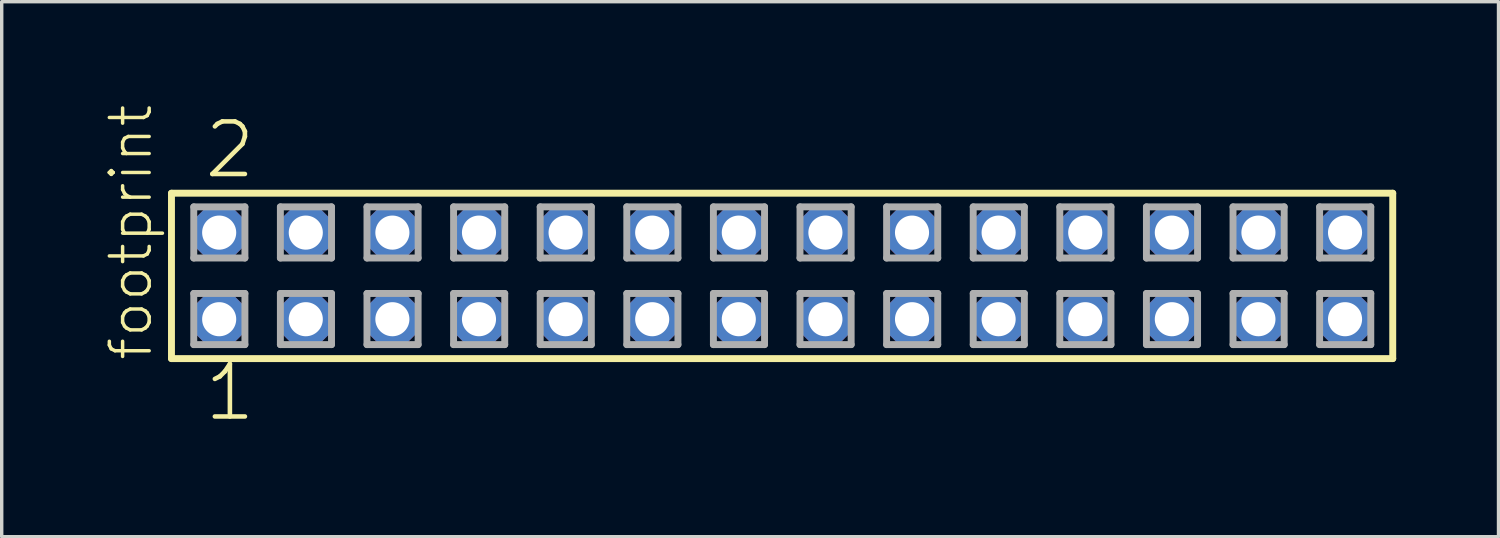
<source format=kicad_pcb>
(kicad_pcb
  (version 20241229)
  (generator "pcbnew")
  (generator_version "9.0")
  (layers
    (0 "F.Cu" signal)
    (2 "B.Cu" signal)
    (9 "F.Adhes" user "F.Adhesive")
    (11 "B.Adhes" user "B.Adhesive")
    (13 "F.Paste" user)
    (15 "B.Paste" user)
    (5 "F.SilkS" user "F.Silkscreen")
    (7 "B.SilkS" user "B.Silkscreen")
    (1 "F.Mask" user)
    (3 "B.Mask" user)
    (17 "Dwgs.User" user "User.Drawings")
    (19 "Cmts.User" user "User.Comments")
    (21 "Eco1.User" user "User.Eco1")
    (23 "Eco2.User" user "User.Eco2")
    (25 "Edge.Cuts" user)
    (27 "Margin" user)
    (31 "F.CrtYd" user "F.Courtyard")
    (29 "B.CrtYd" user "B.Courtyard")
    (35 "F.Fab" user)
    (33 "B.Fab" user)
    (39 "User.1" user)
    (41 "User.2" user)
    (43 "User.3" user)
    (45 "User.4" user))
  (footprint "footprint"
    (layer "F.Cu")
    (at 19.888 5.042)
    (property "Reference" "footprint" (at -18.415 2.54 90) (layer "F.SilkS") (effects (font (size 1.168 1.168) (thickness 0.102)) (justify left bottom)))
    (fp_line (start -17.909 -2.425) (end 17.909 -2.425) (stroke (width 0.203) (type solid)) (layer "F.SilkS"))
    (fp_line (start -17.909 2.425) (end -17.909 -2.425) (stroke (width 0.203) (type solid)) (layer "F.SilkS"))
    (fp_line (start 17.909 -2.425) (end 17.909 2.425) (stroke (width 0.203) (type solid)) (layer "F.SilkS"))
    (fp_line (start 17.909 2.425) (end -17.909 2.425) (stroke (width 0.203) (type solid)) (layer "F.SilkS"))
    (fp_line (start -17.255 -2.025) (end -15.755 -2.025) (stroke (width 0.203) (type solid)) (layer "F.Fab"))
    (fp_line (start -17.255 -0.525) (end -17.255 -2.025) (stroke (width 0.203) (type solid)) (layer "F.Fab"))
    (fp_line (start -17.255 0.515) (end -15.755 0.515) (stroke (width 0.203) (type solid)) (layer "F.Fab"))
    (fp_line (start -17.255 2.015) (end -17.255 0.515) (stroke (width 0.203) (type solid)) (layer "F.Fab"))
    (fp_line (start -15.755 -2.025) (end -15.755 -0.525) (stroke (width 0.203) (type solid)) (layer "F.Fab"))
    (fp_line (start -15.755 -0.525) (end -17.255 -0.525) (stroke (width 0.203) (type solid)) (layer "F.Fab"))
    (fp_line (start -15.755 0.515) (end -15.755 2.015) (stroke (width 0.203) (type solid)) (layer "F.Fab"))
    (fp_line (start -15.755 2.015) (end -17.255 2.015) (stroke (width 0.203) (type solid)) (layer "F.Fab"))
    (fp_line (start -14.715 -2.025) (end -13.215 -2.025) (stroke (width 0.203) (type solid)) (layer "F.Fab"))
    (fp_line (start -14.715 -0.525) (end -14.715 -2.025) (stroke (width 0.203) (type solid)) (layer "F.Fab"))
    (fp_line (start -14.715 0.515) (end -13.215 0.515) (stroke (width 0.203) (type solid)) (layer "F.Fab"))
    (fp_line (start -14.715 2.015) (end -14.715 0.515) (stroke (width 0.203) (type solid)) (layer "F.Fab"))
    (fp_line (start -13.215 -2.025) (end -13.215 -0.525) (stroke (width 0.203) (type solid)) (layer "F.Fab"))
    (fp_line (start -13.215 -0.525) (end -14.715 -0.525) (stroke (width 0.203) (type solid)) (layer "F.Fab"))
    (fp_line (start -13.215 0.515) (end -13.215 2.015) (stroke (width 0.203) (type solid)) (layer "F.Fab"))
    (fp_line (start -13.215 2.015) (end -14.715 2.015) (stroke (width 0.203) (type solid)) (layer "F.Fab"))
    (fp_line (start -12.175 -2.025) (end -10.675 -2.025) (stroke (width 0.203) (type solid)) (layer "F.Fab"))
    (fp_line (start -12.175 -0.525) (end -12.175 -2.025) (stroke (width 0.203) (type solid)) (layer "F.Fab"))
    (fp_line (start -12.175 0.515) (end -10.675 0.515) (stroke (width 0.203) (type solid)) (layer "F.Fab"))
    (fp_line (start -12.175 2.015) (end -12.175 0.515) (stroke (width 0.203) (type solid)) (layer "F.Fab"))
    (fp_line (start -10.675 -2.025) (end -10.675 -0.525) (stroke (width 0.203) (type solid)) (layer "F.Fab"))
    (fp_line (start -10.675 -0.525) (end -12.175 -0.525) (stroke (width 0.203) (type solid)) (layer "F.Fab"))
    (fp_line (start -10.675 0.515) (end -10.675 2.015) (stroke (width 0.203) (type solid)) (layer "F.Fab"))
    (fp_line (start -10.675 2.015) (end -12.175 2.015) (stroke (width 0.203) (type solid)) (layer "F.Fab"))
    (fp_line (start -9.635 -2.025) (end -8.135 -2.025) (stroke (width 0.203) (type solid)) (layer "F.Fab"))
    (fp_line (start -9.635 -0.525) (end -9.635 -2.025) (stroke (width 0.203) (type solid)) (layer "F.Fab"))
    (fp_line (start -9.635 0.515) (end -8.135 0.515) (stroke (width 0.203) (type solid)) (layer "F.Fab"))
    (fp_line (start -9.635 2.015) (end -9.635 0.515) (stroke (width 0.203) (type solid)) (layer "F.Fab"))
    (fp_line (start -8.135 -2.025) (end -8.135 -0.525) (stroke (width 0.203) (type solid)) (layer "F.Fab"))
    (fp_line (start -8.135 -0.525) (end -9.635 -0.525) (stroke (width 0.203) (type solid)) (layer "F.Fab"))
    (fp_line (start -8.135 0.515) (end -8.135 2.015) (stroke (width 0.203) (type solid)) (layer "F.Fab"))
    (fp_line (start -8.135 2.015) (end -9.635 2.015) (stroke (width 0.203) (type solid)) (layer "F.Fab"))
    (fp_line (start -7.095 -2.025) (end -5.595 -2.025) (stroke (width 0.203) (type solid)) (layer "F.Fab"))
    (fp_line (start -7.095 -0.525) (end -7.095 -2.025) (stroke (width 0.203) (type solid)) (layer "F.Fab"))
    (fp_line (start -7.095 0.515) (end -5.595 0.515) (stroke (width 0.203) (type solid)) (layer "F.Fab"))
    (fp_line (start -7.095 2.015) (end -7.095 0.515) (stroke (width 0.203) (type solid)) (layer "F.Fab"))
    (fp_line (start -5.595 -2.025) (end -5.595 -0.525) (stroke (width 0.203) (type solid)) (layer "F.Fab"))
    (fp_line (start -5.595 -0.525) (end -7.095 -0.525) (stroke (width 0.203) (type solid)) (layer "F.Fab"))
    (fp_line (start -5.595 0.515) (end -5.595 2.015) (stroke (width 0.203) (type solid)) (layer "F.Fab"))
    (fp_line (start -5.595 2.015) (end -7.095 2.015) (stroke (width 0.203) (type solid)) (layer "F.Fab"))
    (fp_line (start -4.555 -2.025) (end -3.055 -2.025) (stroke (width 0.203) (type solid)) (layer "F.Fab"))
    (fp_line (start -4.555 -0.525) (end -4.555 -2.025) (stroke (width 0.203) (type solid)) (layer "F.Fab"))
    (fp_line (start -4.555 0.515) (end -3.055 0.515) (stroke (width 0.203) (type solid)) (layer "F.Fab"))
    (fp_line (start -4.555 2.015) (end -4.555 0.515) (stroke (width 0.203) (type solid)) (layer "F.Fab"))
    (fp_line (start -3.055 -2.025) (end -3.055 -0.525) (stroke (width 0.203) (type solid)) (layer "F.Fab"))
    (fp_line (start -3.055 -0.525) (end -4.555 -0.525) (stroke (width 0.203) (type solid)) (layer "F.Fab"))
    (fp_line (start -3.055 0.515) (end -3.055 2.015) (stroke (width 0.203) (type solid)) (layer "F.Fab"))
    (fp_line (start -3.055 2.015) (end -4.555 2.015) (stroke (width 0.203) (type solid)) (layer "F.Fab"))
    (fp_line (start -2.015 -2.025) (end -0.515 -2.025) (stroke (width 0.203) (type solid)) (layer "F.Fab"))
    (fp_line (start -2.015 -0.525) (end -2.015 -2.025) (stroke (width 0.203) (type solid)) (layer "F.Fab"))
    (fp_line (start -2.015 0.515) (end -0.515 0.515) (stroke (width 0.203) (type solid)) (layer "F.Fab"))
    (fp_line (start -2.015 2.015) (end -2.015 0.515) (stroke (width 0.203) (type solid)) (layer "F.Fab"))
    (fp_line (start -0.515 -2.025) (end -0.515 -0.525) (stroke (width 0.203) (type solid)) (layer "F.Fab"))
    (fp_line (start -0.515 -0.525) (end -2.015 -0.525) (stroke (width 0.203) (type solid)) (layer "F.Fab"))
    (fp_line (start -0.515 0.515) (end -0.515 2.015) (stroke (width 0.203) (type solid)) (layer "F.Fab"))
    (fp_line (start -0.515 2.015) (end -2.015 2.015) (stroke (width 0.203) (type solid)) (layer "F.Fab"))
    (fp_line (start 0.525 -2.025) (end 2.025 -2.025) (stroke (width 0.203) (type solid)) (layer "F.Fab"))
    (fp_line (start 0.525 -0.525) (end 0.525 -2.025) (stroke (width 0.203) (type solid)) (layer "F.Fab"))
    (fp_line (start 0.525 0.515) (end 2.025 0.515) (stroke (width 0.203) (type solid)) (layer "F.Fab"))
    (fp_line (start 0.525 2.015) (end 0.525 0.515) (stroke (width 0.203) (type solid)) (layer "F.Fab"))
    (fp_line (start 2.025 -2.025) (end 2.025 -0.525) (stroke (width 0.203) (type solid)) (layer "F.Fab"))
    (fp_line (start 2.025 -0.525) (end 0.525 -0.525) (stroke (width 0.203) (type solid)) (layer "F.Fab"))
    (fp_line (start 2.025 0.515) (end 2.025 2.015) (stroke (width 0.203) (type solid)) (layer "F.Fab"))
    (fp_line (start 2.025 2.015) (end 0.525 2.015) (stroke (width 0.203) (type solid)) (layer "F.Fab"))
    (fp_line (start 3.065 -2.025) (end 4.565 -2.025) (stroke (width 0.203) (type solid)) (layer "F.Fab"))
    (fp_line (start 3.065 -0.525) (end 3.065 -2.025) (stroke (width 0.203) (type solid)) (layer "F.Fab"))
    (fp_line (start 3.065 0.515) (end 4.565 0.515) (stroke (width 0.203) (type solid)) (layer "F.Fab"))
    (fp_line (start 3.065 2.015) (end 3.065 0.515) (stroke (width 0.203) (type solid)) (layer "F.Fab"))
    (fp_line (start 4.565 -2.025) (end 4.565 -0.525) (stroke (width 0.203) (type solid)) (layer "F.Fab"))
    (fp_line (start 4.565 -0.525) (end 3.065 -0.525) (stroke (width 0.203) (type solid)) (layer "F.Fab"))
    (fp_line (start 4.565 0.515) (end 4.565 2.015) (stroke (width 0.203) (type solid)) (layer "F.Fab"))
    (fp_line (start 4.565 2.015) (end 3.065 2.015) (stroke (width 0.203) (type solid)) (layer "F.Fab"))
    (fp_line (start 5.605 -2.025) (end 7.105 -2.025) (stroke (width 0.203) (type solid)) (layer "F.Fab"))
    (fp_line (start 5.605 -0.525) (end 5.605 -2.025) (stroke (width 0.203) (type solid)) (layer "F.Fab"))
    (fp_line (start 5.605 0.515) (end 7.105 0.515) (stroke (width 0.203) (type solid)) (layer "F.Fab"))
    (fp_line (start 5.605 2.015) (end 5.605 0.515) (stroke (width 0.203) (type solid)) (layer "F.Fab"))
    (fp_line (start 7.105 -2.025) (end 7.105 -0.525) (stroke (width 0.203) (type solid)) (layer "F.Fab"))
    (fp_line (start 7.105 -0.525) (end 5.605 -0.525) (stroke (width 0.203) (type solid)) (layer "F.Fab"))
    (fp_line (start 7.105 0.515) (end 7.105 2.015) (stroke (width 0.203) (type solid)) (layer "F.Fab"))
    (fp_line (start 7.105 2.015) (end 5.605 2.015) (stroke (width 0.203) (type solid)) (layer "F.Fab"))
    (fp_line (start 8.145 -2.025) (end 9.645 -2.025) (stroke (width 0.203) (type solid)) (layer "F.Fab"))
    (fp_line (start 8.145 -0.525) (end 8.145 -2.025) (stroke (width 0.203) (type solid)) (layer "F.Fab"))
    (fp_line (start 8.145 0.515) (end 9.645 0.515) (stroke (width 0.203) (type solid)) (layer "F.Fab"))
    (fp_line (start 8.145 2.015) (end 8.145 0.515) (stroke (width 0.203) (type solid)) (layer "F.Fab"))
    (fp_line (start 9.645 -2.025) (end 9.645 -0.525) (stroke (width 0.203) (type solid)) (layer "F.Fab"))
    (fp_line (start 9.645 -0.525) (end 8.145 -0.525) (stroke (width 0.203) (type solid)) (layer "F.Fab"))
    (fp_line (start 9.645 0.515) (end 9.645 2.015) (stroke (width 0.203) (type solid)) (layer "F.Fab"))
    (fp_line (start 9.645 2.015) (end 8.145 2.015) (stroke (width 0.203) (type solid)) (layer "F.Fab"))
    (fp_line (start 10.685 -2.025) (end 12.185 -2.025) (stroke (width 0.203) (type solid)) (layer "F.Fab"))
    (fp_line (start 10.685 -0.525) (end 10.685 -2.025) (stroke (width 0.203) (type solid)) (layer "F.Fab"))
    (fp_line (start 10.685 0.515) (end 12.185 0.515) (stroke (width 0.203) (type solid)) (layer "F.Fab"))
    (fp_line (start 10.685 2.015) (end 10.685 0.515) (stroke (width 0.203) (type solid)) (layer "F.Fab"))
    (fp_line (start 12.185 -2.025) (end 12.185 -0.525) (stroke (width 0.203) (type solid)) (layer "F.Fab"))
    (fp_line (start 12.185 -0.525) (end 10.685 -0.525) (stroke (width 0.203) (type solid)) (layer "F.Fab"))
    (fp_line (start 12.185 0.515) (end 12.185 2.015) (stroke (width 0.203) (type solid)) (layer "F.Fab"))
    (fp_line (start 12.185 2.015) (end 10.685 2.015) (stroke (width 0.203) (type solid)) (layer "F.Fab"))
    (fp_line (start 13.225 -2.025) (end 14.725 -2.025) (stroke (width 0.203) (type solid)) (layer "F.Fab"))
    (fp_line (start 13.225 -0.525) (end 13.225 -2.025) (stroke (width 0.203) (type solid)) (layer "F.Fab"))
    (fp_line (start 13.225 0.515) (end 14.725 0.515) (stroke (width 0.203) (type solid)) (layer "F.Fab"))
    (fp_line (start 13.225 2.015) (end 13.225 0.515) (stroke (width 0.203) (type solid)) (layer "F.Fab"))
    (fp_line (start 14.725 -2.025) (end 14.725 -0.525) (stroke (width 0.203) (type solid)) (layer "F.Fab"))
    (fp_line (start 14.725 -0.525) (end 13.225 -0.525) (stroke (width 0.203) (type solid)) (layer "F.Fab"))
    (fp_line (start 14.725 0.515) (end 14.725 2.015) (stroke (width 0.203) (type solid)) (layer "F.Fab"))
    (fp_line (start 14.725 2.015) (end 13.225 2.015) (stroke (width 0.203) (type solid)) (layer "F.Fab"))
    (fp_line (start 15.765 -2.025) (end 17.265 -2.025) (stroke (width 0.203) (type solid)) (layer "F.Fab"))
    (fp_line (start 15.765 -0.525) (end 15.765 -2.025) (stroke (width 0.203) (type solid)) (layer "F.Fab"))
    (fp_line (start 15.765 0.515) (end 17.265 0.515) (stroke (width 0.203) (type solid)) (layer "F.Fab"))
    (fp_line (start 15.765 2.015) (end 15.765 0.515) (stroke (width 0.203) (type solid)) (layer "F.Fab"))
    (fp_line (start 17.265 -2.025) (end 17.265 -0.525) (stroke (width 0.203) (type solid)) (layer "F.Fab"))
    (fp_line (start 17.265 -0.525) (end 15.765 -0.525) (stroke (width 0.203) (type solid)) (layer "F.Fab"))
    (fp_line (start 17.265 0.515) (end 17.265 2.015) (stroke (width 0.203) (type solid)) (layer "F.Fab"))
    (fp_line (start 17.265 2.015) (end 15.765 2.015) (stroke (width 0.203) (type solid)) (layer "F.Fab"))
    (fp_text user "1" (at -17.018 4.318 0) (layer "F.SilkS") (effects (font (size 1.542 1.542) (thickness 0.134)) (justify left bottom)))
    (fp_text user "2" (at -17.018 -2.794 0) (layer "F.SilkS") (effects (font (size 1.542 1.542) (thickness 0.134)) (justify left bottom)))
    (pad "1" thru_hole roundrect (at -16.51 1.27) (size 1.5 1.5) (drill 1) (layers "*.Cu" "*.Mask") (roundrect_rratio 0.25) (chamfer_ratio 0.25) (chamfer top_left top_right bottom_left bottom_right))
    (pad "2" thru_hole roundrect (at -16.51 -1.27) (size 1.5 1.5) (drill 1) (layers "*.Cu" "*.Mask") (roundrect_rratio 0.25) (chamfer_ratio 0.25) (chamfer top_left top_right bottom_left bottom_right))
    (pad "3" thru_hole roundrect (at -13.97 1.27) (size 1.5 1.5) (drill 1) (layers "*.Cu" "*.Mask") (roundrect_rratio 0.25) (chamfer_ratio 0.25) (chamfer top_left top_right bottom_left bottom_right))
    (pad "4" thru_hole roundrect (at -13.97 -1.27) (size 1.5 1.5) (drill 1) (layers "*.Cu" "*.Mask") (roundrect_rratio 0.25) (chamfer_ratio 0.25) (chamfer top_left top_right bottom_left bottom_right))
    (pad "5" thru_hole roundrect (at -11.43 1.27) (size 1.5 1.5) (drill 1) (layers "*.Cu" "*.Mask") (roundrect_rratio 0.25) (chamfer_ratio 0.25) (chamfer top_left top_right bottom_left bottom_right))
    (pad "6" thru_hole roundrect (at -11.43 -1.27) (size 1.5 1.5) (drill 1) (layers "*.Cu" "*.Mask") (roundrect_rratio 0.25) (chamfer_ratio 0.25) (chamfer top_left top_right bottom_left bottom_right))
    (pad "7" thru_hole roundrect (at -8.89 1.27) (size 1.5 1.5) (drill 1) (layers "*.Cu" "*.Mask") (roundrect_rratio 0.25) (chamfer_ratio 0.25) (chamfer top_left top_right bottom_left bottom_right))
    (pad "8" thru_hole roundrect (at -8.89 -1.27) (size 1.5 1.5) (drill 1) (layers "*.Cu" "*.Mask") (roundrect_rratio 0.25) (chamfer_ratio 0.25) (chamfer top_left top_right bottom_left bottom_right))
    (pad "9" thru_hole roundrect (at -6.35 1.27) (size 1.5 1.5) (drill 1) (layers "*.Cu" "*.Mask") (roundrect_rratio 0.25) (chamfer_ratio 0.25) (chamfer top_left top_right bottom_left bottom_right))
    (pad "10" thru_hole roundrect (at -6.35 -1.27) (size 1.5 1.5) (drill 1) (layers "*.Cu" "*.Mask") (roundrect_rratio 0.25) (chamfer_ratio 0.25) (chamfer top_left top_right bottom_left bottom_right))
    (pad "11" thru_hole roundrect (at -3.81 1.27) (size 1.5 1.5) (drill 1) (layers "*.Cu" "*.Mask") (roundrect_rratio 0.25) (chamfer_ratio 0.25) (chamfer top_left top_right bottom_left bottom_right))
    (pad "12" thru_hole roundrect (at -3.81 -1.27) (size 1.5 1.5) (drill 1) (layers "*.Cu" "*.Mask") (roundrect_rratio 0.25) (chamfer_ratio 0.25) (chamfer top_left top_right bottom_left bottom_right))
    (pad "13" thru_hole roundrect (at -1.27 1.27) (size 1.5 1.5) (drill 1) (layers "*.Cu" "*.Mask") (roundrect_rratio 0.25) (chamfer_ratio 0.25) (chamfer top_left top_right bottom_left bottom_right))
    (pad "14" thru_hole roundrect (at -1.27 -1.27) (size 1.5 1.5) (drill 1) (layers "*.Cu" "*.Mask") (roundrect_rratio 0.25) (chamfer_ratio 0.25) (chamfer top_left top_right bottom_left bottom_right))
    (pad "15" thru_hole roundrect (at 1.27 1.27) (size 1.5 1.5) (drill 1) (layers "*.Cu" "*.Mask") (roundrect_rratio 0.25) (chamfer_ratio 0.25) (chamfer top_left top_right bottom_left bottom_right))
    (pad "16" thru_hole roundrect (at 1.27 -1.27) (size 1.5 1.5) (drill 1) (layers "*.Cu" "*.Mask") (roundrect_rratio 0.25) (chamfer_ratio 0.25) (chamfer top_left top_right bottom_left bottom_right))
    (pad "17" thru_hole roundrect (at 3.81 1.27) (size 1.5 1.5) (drill 1) (layers "*.Cu" "*.Mask") (roundrect_rratio 0.25) (chamfer_ratio 0.25) (chamfer top_left top_right bottom_left bottom_right))
    (pad "18" thru_hole roundrect (at 3.81 -1.27) (size 1.5 1.5) (drill 1) (layers "*.Cu" "*.Mask") (roundrect_rratio 0.25) (chamfer_ratio 0.25) (chamfer top_left top_right bottom_left bottom_right))
    (pad "19" thru_hole roundrect (at 6.35 1.27) (size 1.5 1.5) (drill 1) (layers "*.Cu" "*.Mask") (roundrect_rratio 0.25) (chamfer_ratio 0.25) (chamfer top_left top_right bottom_left bottom_right))
    (pad "20" thru_hole roundrect (at 6.35 -1.27) (size 1.5 1.5) (drill 1) (layers "*.Cu" "*.Mask") (roundrect_rratio 0.25) (chamfer_ratio 0.25) (chamfer top_left top_right bottom_left bottom_right))
    (pad "21" thru_hole roundrect (at 8.89 1.27) (size 1.5 1.5) (drill 1) (layers "*.Cu" "*.Mask") (roundrect_rratio 0.25) (chamfer_ratio 0.25) (chamfer top_left top_right bottom_left bottom_right))
    (pad "22" thru_hole roundrect (at 8.89 -1.27) (size 1.5 1.5) (drill 1) (layers "*.Cu" "*.Mask") (roundrect_rratio 0.25) (chamfer_ratio 0.25) (chamfer top_left top_right bottom_left bottom_right))
    (pad "23" thru_hole roundrect (at 11.43 1.27) (size 1.5 1.5) (drill 1) (layers "*.Cu" "*.Mask") (roundrect_rratio 0.25) (chamfer_ratio 0.25) (chamfer top_left top_right bottom_left bottom_right))
    (pad "24" thru_hole roundrect (at 11.43 -1.27) (size 1.5 1.5) (drill 1) (layers "*.Cu" "*.Mask") (roundrect_rratio 0.25) (chamfer_ratio 0.25) (chamfer top_left top_right bottom_left bottom_right))
    (pad "25" thru_hole roundrect (at 13.97 1.27) (size 1.5 1.5) (drill 1) (layers "*.Cu" "*.Mask") (roundrect_rratio 0.25) (chamfer_ratio 0.25) (chamfer top_left top_right bottom_left bottom_right))
    (pad "26" thru_hole roundrect (at 13.97 -1.27) (size 1.5 1.5) (drill 1) (layers "*.Cu" "*.Mask") (roundrect_rratio 0.25) (chamfer_ratio 0.25) (chamfer top_left top_right bottom_left bottom_right))
    (pad "27" thru_hole roundrect (at 16.51 1.27) (size 1.5 1.5) (drill 1) (layers "*.Cu" "*.Mask") (roundrect_rratio 0.25) (chamfer_ratio 0.25) (chamfer top_left top_right bottom_left bottom_right))
    (pad "28" thru_hole roundrect (at 16.51 -1.27) (size 1.5 1.5) (drill 1) (layers "*.Cu" "*.Mask") (roundrect_rratio 0.25) (chamfer_ratio 0.25) (chamfer top_left top_right bottom_left bottom_right)))
  (gr_rect
    (start -3 -3)
    (end 40.899 12.691)
    (stroke (width 0.1) (type default))
    (fill no)
    (layer "Edge.Cuts")))
</source>
